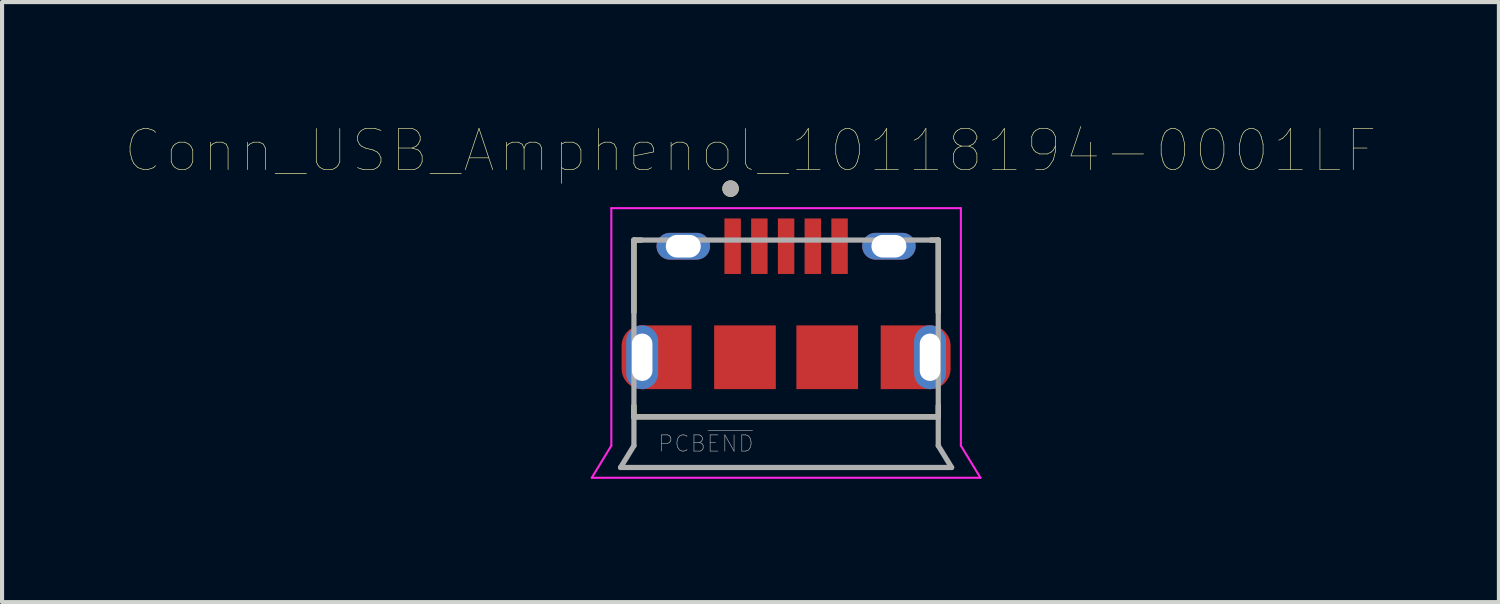
<source format=kicad_pcb>
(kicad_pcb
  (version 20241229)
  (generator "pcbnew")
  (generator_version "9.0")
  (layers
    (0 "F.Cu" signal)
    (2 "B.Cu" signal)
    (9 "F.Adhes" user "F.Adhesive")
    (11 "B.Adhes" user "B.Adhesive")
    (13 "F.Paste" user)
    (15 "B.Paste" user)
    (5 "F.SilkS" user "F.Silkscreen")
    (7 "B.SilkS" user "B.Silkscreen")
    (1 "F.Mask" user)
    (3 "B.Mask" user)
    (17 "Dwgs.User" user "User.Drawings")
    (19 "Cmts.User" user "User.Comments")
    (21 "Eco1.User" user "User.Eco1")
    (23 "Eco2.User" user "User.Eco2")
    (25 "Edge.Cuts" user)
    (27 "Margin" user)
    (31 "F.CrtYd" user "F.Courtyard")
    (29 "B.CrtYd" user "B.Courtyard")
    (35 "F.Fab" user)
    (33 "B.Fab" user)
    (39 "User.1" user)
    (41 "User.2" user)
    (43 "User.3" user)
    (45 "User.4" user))
  (footprint "Conn_USB_Amphenol_10118194-0001LF"
    (layer "F.Cu")
    (at 16.065 5.637)
    (property "Reference" "Conn_USB_Amphenol_10118194-0001LF" (at -0.866 -5.025 0) (layer "F.SilkS") (effects (font (size 1.001 1.001) (thickness 0.015))))
    (attr through_hole)
    (fp_poly (pts (xy -2.3 -0.78) (xy -2.3 0.775) (xy -3.498 0.775) (xy -3.498 0.575) (xy -3.486 0.575) (xy -3.473 0.574) (xy -3.46 0.572) (xy -3.447 0.57) (xy -3.434 0.567) (xy -3.422 0.563) (xy -3.41 0.558) (xy -3.398 0.553) (xy -3.386 0.548) (xy -3.374 0.542) (xy -3.363 0.535) (xy -3.353 0.527) (xy -3.342 0.52) (xy -3.332 0.511) (xy -3.323 0.502) (xy -3.314 0.493) (xy -3.305 0.483) (xy -3.298 0.472) (xy -3.29 0.462) (xy -3.283 0.451) (xy -3.277 0.439) (xy -3.272 0.427) (xy -3.267 0.415) (xy -3.262 0.403) (xy -3.258 0.391) (xy -3.255 0.378) (xy -3.253 0.365) (xy -3.251 0.352) (xy -3.25 0.339) (xy -3.25 0.325) (xy -3.25 0.315) (xy -3.25 -0.315) (xy -3.25 -0.325) (xy -3.25 -0.338) (xy -3.251 -0.351) (xy -3.253 -0.364) (xy -3.255 -0.377) (xy -3.259 -0.39) (xy -3.262 -0.402) (xy -3.267 -0.415) (xy -3.272 -0.427) (xy -3.277 -0.438) (xy -3.283 -0.45) (xy -3.29 -0.461) (xy -3.298 -0.472) (xy -3.306 -0.482) (xy -3.314 -0.492) (xy -3.323 -0.502) (xy -3.333 -0.511) (xy -3.343 -0.519) (xy -3.353 -0.527) (xy -3.364 -0.535) (xy -3.375 -0.542) (xy -3.387 -0.548) (xy -3.398 -0.553) (xy -3.41 -0.558) (xy -3.423 -0.563) (xy -3.435 -0.566) (xy -3.448 -0.57) (xy -3.461 -0.572) (xy -3.474 -0.574) (xy -3.487 -0.575) (xy -3.5 -0.575) (xy -3.513 -0.575) (xy -3.526 -0.574) (xy -3.539 -0.572) (xy -3.552 -0.57) (xy -3.565 -0.566) (xy -3.577 -0.563) (xy -3.59 -0.558) (xy -3.602 -0.553) (xy -3.613 -0.548) (xy -3.625 -0.542) (xy -3.636 -0.535) (xy -3.647 -0.527) (xy -3.657 -0.519) (xy -3.667 -0.511) (xy -3.677 -0.502) (xy -3.686 -0.492) (xy -3.694 -0.482) (xy -3.702 -0.472) (xy -3.71 -0.461) (xy -3.717 -0.45) (xy -3.723 -0.438) (xy -3.728 -0.427) (xy -3.733 -0.415) (xy -3.738 -0.402) (xy -3.741 -0.39) (xy -3.745 -0.377) (xy -3.747 -0.364) (xy -3.749 -0.351) (xy -3.75 -0.338) (xy -3.75 -0.325) (xy -3.75 0.325) (xy -3.75 0.339) (xy -3.749 0.352) (xy -3.747 0.365) (xy -3.745 0.378) (xy -3.742 0.391) (xy -3.738 0.403) (xy -3.733 0.415) (xy -3.728 0.427) (xy -3.723 0.439) (xy -3.717 0.451) (xy -3.71 0.462) (xy -3.702 0.472) (xy -3.695 0.483) (xy -3.686 0.493) (xy -3.677 0.502) (xy -3.668 0.511) (xy -3.658 0.52) (xy -3.647 0.527) (xy -3.637 0.535) (xy -3.626 0.542) (xy -3.614 0.548) (xy -3.602 0.553) (xy -3.59 0.558) (xy -3.578 0.563) (xy -3.566 0.567) (xy -3.553 0.57) (xy -3.54 0.572) (xy -3.527 0.574) (xy -3.514 0.575) (xy -3.502 0.575) (xy -3.502 0.775) (xy -3.527 0.774) (xy -3.553 0.772) (xy -3.579 0.769) (xy -3.605 0.764) (xy -3.63 0.758) (xy -3.655 0.751) (xy -3.68 0.742) (xy -3.704 0.732) (xy -3.728 0.721) (xy -3.751 0.708) (xy -3.773 0.695) (xy -3.794 0.68) (xy -3.815 0.664) (xy -3.835 0.647) (xy -3.854 0.629) (xy -3.872 0.61) (xy -3.889 0.59) (xy -3.905 0.569) (xy -3.92 0.548) (xy -3.933 0.526) (xy -3.946 0.503) (xy -3.957 0.479) (xy -3.967 0.455) (xy -3.976 0.43) (xy -3.983 0.405) (xy -3.989 0.38) (xy -3.994 0.354) (xy -3.997 0.328) (xy -3.999 0.302) (xy -4 0.275) (xy -4 -0.275) (xy -3.999 -0.301) (xy -3.997 -0.327) (xy -3.994 -0.353) (xy -3.989 -0.379) (xy -3.983 -0.404) (xy -3.976 -0.43) (xy -3.967 -0.454) (xy -3.957 -0.478) (xy -3.946 -0.502) (xy -3.933 -0.525) (xy -3.919 -0.547) (xy -3.905 -0.569) (xy -3.889 -0.59) (xy -3.872 -0.61) (xy -3.854 -0.629) (xy -3.835 -0.647) (xy -3.815 -0.664) (xy -3.794 -0.68) (xy -3.772 -0.694) (xy -3.75 -0.708) (xy -3.727 -0.721) (xy -3.703 -0.732) (xy -3.679 -0.742) (xy -3.655 -0.751) (xy -3.629 -0.758) (xy -3.604 -0.764) (xy -3.578 -0.769) (xy -3.552 -0.772) (xy -3.526 -0.774) (xy -3.5 -0.775) (xy -2.305 -0.775) (xy -2.305 -0.78) (xy -2.3 -0.78)) (stroke (width 0.001) (type solid)) (fill yes) (layer "F.Cu"))
    (fp_poly (pts (xy 2.3 0.78) (xy 2.3 -0.775) (xy 3.498 -0.775) (xy 3.498 -0.575) (xy 3.486 -0.575) (xy 3.473 -0.574) (xy 3.46 -0.572) (xy 3.447 -0.57) (xy 3.434 -0.567) (xy 3.422 -0.563) (xy 3.41 -0.558) (xy 3.398 -0.553) (xy 3.386 -0.548) (xy 3.374 -0.542) (xy 3.363 -0.535) (xy 3.353 -0.527) (xy 3.342 -0.52) (xy 3.332 -0.511) (xy 3.323 -0.502) (xy 3.314 -0.493) (xy 3.305 -0.483) (xy 3.298 -0.472) (xy 3.29 -0.462) (xy 3.283 -0.451) (xy 3.277 -0.439) (xy 3.272 -0.427) (xy 3.267 -0.415) (xy 3.262 -0.403) (xy 3.258 -0.391) (xy 3.255 -0.378) (xy 3.253 -0.365) (xy 3.251 -0.352) (xy 3.25 -0.339) (xy 3.25 -0.325) (xy 3.25 -0.315) (xy 3.25 0.315) (xy 3.25 0.325) (xy 3.25 0.338) (xy 3.251 0.351) (xy 3.253 0.364) (xy 3.255 0.377) (xy 3.259 0.39) (xy 3.262 0.402) (xy 3.267 0.415) (xy 3.272 0.427) (xy 3.277 0.438) (xy 3.283 0.45) (xy 3.29 0.461) (xy 3.298 0.472) (xy 3.306 0.482) (xy 3.314 0.492) (xy 3.323 0.502) (xy 3.333 0.511) (xy 3.343 0.519) (xy 3.353 0.527) (xy 3.364 0.535) (xy 3.375 0.542) (xy 3.387 0.548) (xy 3.398 0.553) (xy 3.41 0.558) (xy 3.423 0.563) (xy 3.435 0.566) (xy 3.448 0.57) (xy 3.461 0.572) (xy 3.474 0.574) (xy 3.487 0.575) (xy 3.5 0.575) (xy 3.513 0.575) (xy 3.526 0.574) (xy 3.539 0.572) (xy 3.552 0.57) (xy 3.565 0.566) (xy 3.577 0.563) (xy 3.59 0.558) (xy 3.602 0.553) (xy 3.613 0.548) (xy 3.625 0.542) (xy 3.636 0.535) (xy 3.647 0.527) (xy 3.657 0.519) (xy 3.667 0.511) (xy 3.677 0.502) (xy 3.686 0.492) (xy 3.694 0.482) (xy 3.702 0.472) (xy 3.71 0.461) (xy 3.717 0.45) (xy 3.723 0.438) (xy 3.728 0.427) (xy 3.733 0.415) (xy 3.738 0.402) (xy 3.741 0.39) (xy 3.745 0.377) (xy 3.747 0.364) (xy 3.749 0.351) (xy 3.75 0.338) (xy 3.75 0.325) (xy 3.75 -0.325) (xy 3.75 -0.339) (xy 3.749 -0.352) (xy 3.747 -0.365) (xy 3.745 -0.378) (xy 3.742 -0.391) (xy 3.738 -0.403) (xy 3.733 -0.415) (xy 3.728 -0.427) (xy 3.723 -0.439) (xy 3.717 -0.451) (xy 3.71 -0.462) (xy 3.702 -0.472) (xy 3.695 -0.483) (xy 3.686 -0.493) (xy 3.677 -0.502) (xy 3.668 -0.511) (xy 3.658 -0.52) (xy 3.647 -0.527) (xy 3.637 -0.535) (xy 3.626 -0.542) (xy 3.614 -0.548) (xy 3.602 -0.553) (xy 3.59 -0.558) (xy 3.578 -0.563) (xy 3.566 -0.567) (xy 3.553 -0.57) (xy 3.54 -0.572) (xy 3.527 -0.574) (xy 3.514 -0.575) (xy 3.502 -0.575) (xy 3.502 -0.775) (xy 3.527 -0.774) (xy 3.553 -0.772) (xy 3.579 -0.769) (xy 3.605 -0.764) (xy 3.63 -0.758) (xy 3.655 -0.751) (xy 3.68 -0.742) (xy 3.704 -0.732) (xy 3.728 -0.721) (xy 3.751 -0.708) (xy 3.773 -0.695) (xy 3.794 -0.68) (xy 3.815 -0.664) (xy 3.835 -0.647) (xy 3.854 -0.629) (xy 3.872 -0.61) (xy 3.889 -0.59) (xy 3.905 -0.569) (xy 3.92 -0.548) (xy 3.933 -0.526) (xy 3.946 -0.503) (xy 3.957 -0.479) (xy 3.967 -0.455) (xy 3.976 -0.43) (xy 3.983 -0.405) (xy 3.989 -0.38) (xy 3.994 -0.354) (xy 3.997 -0.328) (xy 3.999 -0.302) (xy 4 -0.275) (xy 4 0.275) (xy 3.999 0.301) (xy 3.997 0.327) (xy 3.994 0.353) (xy 3.989 0.379) (xy 3.983 0.404) (xy 3.976 0.43) (xy 3.967 0.454) (xy 3.957 0.478) (xy 3.946 0.502) (xy 3.933 0.525) (xy 3.919 0.547) (xy 3.905 0.569) (xy 3.889 0.59) (xy 3.872 0.61) (xy 3.854 0.629) (xy 3.835 0.647) (xy 3.815 0.664) (xy 3.794 0.68) (xy 3.772 0.694) (xy 3.75 0.708) (xy 3.727 0.721) (xy 3.703 0.732) (xy 3.679 0.742) (xy 3.655 0.751) (xy 3.629 0.758) (xy 3.604 0.764) (xy 3.578 0.769) (xy 3.552 0.772) (xy 3.526 0.774) (xy 3.5 0.775) (xy 2.305 0.775) (xy 2.305 0.78) (xy 2.3 0.78)) (stroke (width 0.001) (type solid)) (fill yes) (layer "F.Cu"))
    (fp_poly (pts (xy -3.6 -0.875) (xy -2.2 -0.875) (xy -2.2 0.875) (xy -3.6 0.875) (xy -3.626 0.874) (xy -3.652 0.872) (xy -3.678 0.869) (xy -3.704 0.864) (xy -3.729 0.858) (xy -3.755 0.851) (xy -3.779 0.842) (xy -3.803 0.832) (xy -3.827 0.821) (xy -3.85 0.808) (xy -3.872 0.794) (xy -3.894 0.78) (xy -3.915 0.764) (xy -3.935 0.747) (xy -3.954 0.729) (xy -3.972 0.71) (xy -3.989 0.69) (xy -4.005 0.669) (xy -4.019 0.647) (xy -4.033 0.625) (xy -4.046 0.602) (xy -4.057 0.578) (xy -4.067 0.554) (xy -4.076 0.53) (xy -4.083 0.504) (xy -4.089 0.479) (xy -4.094 0.453) (xy -4.097 0.427) (xy -4.099 0.401) (xy -4.1 0.375) (xy -4.1 -0.375) (xy -4.099 -0.401) (xy -4.097 -0.427) (xy -4.094 -0.453) (xy -4.089 -0.479) (xy -4.083 -0.504) (xy -4.076 -0.53) (xy -4.067 -0.554) (xy -4.057 -0.578) (xy -4.046 -0.602) (xy -4.033 -0.625) (xy -4.019 -0.647) (xy -4.005 -0.669) (xy -3.989 -0.69) (xy -3.972 -0.71) (xy -3.954 -0.729) (xy -3.935 -0.747) (xy -3.915 -0.764) (xy -3.894 -0.78) (xy -3.872 -0.794) (xy -3.85 -0.808) (xy -3.827 -0.821) (xy -3.803 -0.832) (xy -3.779 -0.842) (xy -3.755 -0.851) (xy -3.729 -0.858) (xy -3.704 -0.864) (xy -3.678 -0.869) (xy -3.652 -0.872) (xy -3.626 -0.874) (xy -3.6 -0.875)) (stroke (width 0.0001) (type solid)) (fill yes) (layer "F.Mask"))
    (fp_poly (pts (xy 3.6 0.875) (xy 2.2 0.875) (xy 2.2 -0.875) (xy 3.6 -0.875) (xy 3.626 -0.874) (xy 3.652 -0.872) (xy 3.678 -0.869) (xy 3.704 -0.864) (xy 3.729 -0.858) (xy 3.755 -0.851) (xy 3.779 -0.842) (xy 3.803 -0.832) (xy 3.827 -0.821) (xy 3.85 -0.808) (xy 3.872 -0.794) (xy 3.894 -0.78) (xy 3.915 -0.764) (xy 3.935 -0.747) (xy 3.954 -0.729) (xy 3.972 -0.71) (xy 3.989 -0.69) (xy 4.005 -0.669) (xy 4.019 -0.647) (xy 4.033 -0.625) (xy 4.046 -0.602) (xy 4.057 -0.578) (xy 4.067 -0.554) (xy 4.076 -0.53) (xy 4.083 -0.504) (xy 4.089 -0.479) (xy 4.094 -0.453) (xy 4.097 -0.427) (xy 4.099 -0.401) (xy 4.1 -0.375) (xy 4.1 0.375) (xy 4.099 0.401) (xy 4.097 0.427) (xy 4.094 0.453) (xy 4.089 0.479) (xy 4.083 0.504) (xy 4.076 0.53) (xy 4.067 0.554) (xy 4.057 0.578) (xy 4.046 0.602) (xy 4.033 0.625) (xy 4.019 0.647) (xy 4.005 0.669) (xy 3.989 0.69) (xy 3.972 0.71) (xy 3.954 0.729) (xy 3.935 0.747) (xy 3.915 0.764) (xy 3.894 0.78) (xy 3.872 0.794) (xy 3.85 0.808) (xy 3.827 0.821) (xy 3.803 0.832) (xy 3.779 0.842) (xy 3.755 0.851) (xy 3.729 0.858) (xy 3.704 0.864) (xy 3.678 0.869) (xy 3.652 0.872) (xy 3.626 0.874) (xy 3.6 0.875)) (stroke (width 0.0001) (type solid)) (fill yes) (layer "F.Mask"))
    (fp_line (start -3.7 -2.85) (end -3.7 -1.095) (stroke (width 0.127) (type solid)) (layer "F.SilkS"))
    (fp_line (start -3.7 -2.85) (end -3.52 -2.85) (stroke (width 0.127) (type solid)) (layer "F.SilkS"))
    (fp_line (start -3.7 1.45) (end -3.7 1.18) (stroke (width 0.127) (type solid)) (layer "F.SilkS"))
    (fp_line (start -3.7 1.45) (end 3.7 1.45) (stroke (width 0.127) (type solid)) (layer "F.SilkS"))
    (fp_line (start 3.7 -2.85) (end 3.52 -2.85) (stroke (width 0.127) (type solid)) (layer "F.SilkS"))
    (fp_line (start 3.7 -2.85) (end 3.7 -1.095) (stroke (width 0.127) (type solid)) (layer "F.SilkS"))
    (fp_line (start 3.7 1.18) (end 3.7 1.45) (stroke (width 0.127) (type solid)) (layer "F.SilkS"))
    (fp_circle (center -1.35 -4.1) (end -1.25 -4.1) (stroke (width 0.2) (type solid)) (fill no) (layer "F.SilkS"))
    (fp_line (start -3.5 -0.77) (end -3.5 -0.6) (stroke (width 0.0001) (type solid)) (layer "F.Paste"))
    (fp_line (start 3.5 0.77) (end 3.5 0.6) (stroke (width 0.0001) (type solid)) (layer "F.Paste"))
    (fp_poly (pts (xy -3.5 -0.775) (xy -3.5 -0.575) (xy -3.487 -0.575) (xy -3.474 -0.574) (xy -3.461 -0.572) (xy -3.448 -0.57) (xy -3.435 -0.566) (xy -3.423 -0.563) (xy -3.41 -0.558) (xy -3.398 -0.553) (xy -3.387 -0.548) (xy -3.375 -0.542) (xy -3.364 -0.535) (xy -3.353 -0.527) (xy -3.343 -0.519) (xy -3.333 -0.511) (xy -3.323 -0.502) (xy -3.314 -0.492) (xy -3.306 -0.482) (xy -3.298 -0.472) (xy -3.29 -0.461) (xy -3.283 -0.45) (xy -3.277 -0.438) (xy -3.272 -0.427) (xy -3.267 -0.415) (xy -3.262 -0.402) (xy -3.259 -0.39) (xy -3.255 -0.377) (xy -3.253 -0.364) (xy -3.251 -0.351) (xy -3.25 -0.338) (xy -3.25 -0.325) (xy -3.25 0.325) (xy -3.25 0.338) (xy -3.251 0.351) (xy -3.253 0.364) (xy -3.255 0.377) (xy -3.259 0.39) (xy -3.262 0.402) (xy -3.267 0.415) (xy -3.272 0.427) (xy -3.277 0.438) (xy -3.283 0.45) (xy -3.29 0.461) (xy -3.298 0.472) (xy -3.306 0.482) (xy -3.314 0.492) (xy -3.323 0.502) (xy -3.333 0.511) (xy -3.343 0.519) (xy -3.353 0.527) (xy -3.364 0.535) (xy -3.375 0.542) (xy -3.387 0.548) (xy -3.398 0.553) (xy -3.41 0.558) (xy -3.423 0.563) (xy -3.435 0.566) (xy -3.448 0.57) (xy -3.461 0.572) (xy -3.474 0.574) (xy -3.487 0.575) (xy -3.5 0.575) (xy -3.5 0.775) (xy -2.3 0.775) (xy -2.3 -0.775) (xy -3.5 -0.775)) (stroke (width 0.0001) (type solid)) (fill yes) (layer "F.Paste"))
    (fp_poly (pts (xy 3.5 0.775) (xy 3.5 0.575) (xy 3.487 0.575) (xy 3.474 0.574) (xy 3.461 0.572) (xy 3.448 0.57) (xy 3.435 0.566) (xy 3.423 0.563) (xy 3.41 0.558) (xy 3.398 0.553) (xy 3.387 0.548) (xy 3.375 0.542) (xy 3.364 0.535) (xy 3.353 0.527) (xy 3.343 0.519) (xy 3.333 0.511) (xy 3.323 0.502) (xy 3.314 0.492) (xy 3.306 0.482) (xy 3.298 0.472) (xy 3.29 0.461) (xy 3.283 0.45) (xy 3.277 0.438) (xy 3.272 0.427) (xy 3.267 0.415) (xy 3.262 0.402) (xy 3.259 0.39) (xy 3.255 0.377) (xy 3.253 0.364) (xy 3.251 0.351) (xy 3.25 0.338) (xy 3.25 0.325) (xy 3.25 -0.325) (xy 3.25 -0.338) (xy 3.251 -0.351) (xy 3.253 -0.364) (xy 3.255 -0.377) (xy 3.259 -0.39) (xy 3.262 -0.402) (xy 3.267 -0.415) (xy 3.272 -0.427) (xy 3.277 -0.438) (xy 3.283 -0.45) (xy 3.29 -0.461) (xy 3.298 -0.472) (xy 3.306 -0.482) (xy 3.314 -0.492) (xy 3.323 -0.502) (xy 3.333 -0.511) (xy 3.343 -0.519) (xy 3.353 -0.527) (xy 3.364 -0.535) (xy 3.375 -0.542) (xy 3.387 -0.548) (xy 3.398 -0.553) (xy 3.41 -0.558) (xy 3.423 -0.563) (xy 3.435 -0.566) (xy 3.448 -0.57) (xy 3.461 -0.572) (xy 3.474 -0.574) (xy 3.487 -0.575) (xy 3.5 -0.575) (xy 3.5 -0.775) (xy 2.3 -0.775) (xy 2.3 0.775) (xy 3.5 0.775)) (stroke (width 0.0001) (type solid)) (fill yes) (layer "F.Paste"))
    (fp_poly (pts (xy -3.5 -0.775) (xy -3.5 -0.575) (xy -3.513 -0.575) (xy -3.526 -0.574) (xy -3.539 -0.572) (xy -3.552 -0.57) (xy -3.565 -0.566) (xy -3.577 -0.563) (xy -3.59 -0.558) (xy -3.602 -0.553) (xy -3.613 -0.548) (xy -3.625 -0.542) (xy -3.636 -0.535) (xy -3.647 -0.527) (xy -3.657 -0.519) (xy -3.667 -0.511) (xy -3.677 -0.502) (xy -3.686 -0.492) (xy -3.694 -0.482) (xy -3.702 -0.472) (xy -3.71 -0.461) (xy -3.717 -0.45) (xy -3.723 -0.438) (xy -3.728 -0.427) (xy -3.733 -0.415) (xy -3.738 -0.402) (xy -3.741 -0.39) (xy -3.745 -0.377) (xy -3.747 -0.364) (xy -3.749 -0.351) (xy -3.75 -0.338) (xy -3.75 -0.325) (xy -3.75 0.325) (xy -3.75 0.338) (xy -3.749 0.351) (xy -3.747 0.364) (xy -3.745 0.377) (xy -3.741 0.39) (xy -3.738 0.402) (xy -3.733 0.415) (xy -3.728 0.427) (xy -3.723 0.438) (xy -3.717 0.45) (xy -3.71 0.461) (xy -3.702 0.472) (xy -3.694 0.482) (xy -3.686 0.492) (xy -3.677 0.502) (xy -3.667 0.511) (xy -3.657 0.519) (xy -3.647 0.527) (xy -3.636 0.535) (xy -3.625 0.542) (xy -3.613 0.548) (xy -3.602 0.553) (xy -3.59 0.558) (xy -3.577 0.563) (xy -3.565 0.566) (xy -3.552 0.57) (xy -3.539 0.572) (xy -3.526 0.574) (xy -3.513 0.575) (xy -3.5 0.575) (xy -3.5 0.775) (xy -3.526 0.774) (xy -3.552 0.772) (xy -3.578 0.769) (xy -3.604 0.764) (xy -3.629 0.758) (xy -3.655 0.751) (xy -3.679 0.742) (xy -3.703 0.732) (xy -3.727 0.721) (xy -3.75 0.708) (xy -3.772 0.694) (xy -3.794 0.68) (xy -3.815 0.664) (xy -3.835 0.647) (xy -3.854 0.629) (xy -3.872 0.61) (xy -3.889 0.59) (xy -3.905 0.569) (xy -3.919 0.547) (xy -3.933 0.525) (xy -3.946 0.502) (xy -3.957 0.478) (xy -3.967 0.454) (xy -3.976 0.43) (xy -3.983 0.404) (xy -3.989 0.379) (xy -3.994 0.353) (xy -3.997 0.327) (xy -3.999 0.301) (xy -4 0.275) (xy -4 -0.275) (xy -3.999 -0.301) (xy -3.997 -0.327) (xy -3.994 -0.353) (xy -3.989 -0.379) (xy -3.983 -0.404) (xy -3.976 -0.43) (xy -3.967 -0.454) (xy -3.957 -0.478) (xy -3.946 -0.502) (xy -3.933 -0.525) (xy -3.919 -0.547) (xy -3.905 -0.569) (xy -3.889 -0.59) (xy -3.872 -0.61) (xy -3.854 -0.629) (xy -3.835 -0.647) (xy -3.815 -0.664) (xy -3.794 -0.68) (xy -3.772 -0.694) (xy -3.75 -0.708) (xy -3.727 -0.721) (xy -3.703 -0.732) (xy -3.679 -0.742) (xy -3.655 -0.751) (xy -3.629 -0.758) (xy -3.604 -0.764) (xy -3.578 -0.769) (xy -3.552 -0.772) (xy -3.526 -0.774) (xy -3.5 -0.775)) (stroke (width 0.0001) (type solid)) (fill yes) (layer "F.Paste"))
    (fp_poly (pts (xy 3.5 0.775) (xy 3.5 0.575) (xy 3.513 0.575) (xy 3.526 0.574) (xy 3.539 0.572) (xy 3.552 0.57) (xy 3.565 0.566) (xy 3.577 0.563) (xy 3.59 0.558) (xy 3.602 0.553) (xy 3.613 0.548) (xy 3.625 0.542) (xy 3.636 0.535) (xy 3.647 0.527) (xy 3.657 0.519) (xy 3.667 0.511) (xy 3.677 0.502) (xy 3.686 0.492) (xy 3.694 0.482) (xy 3.702 0.472) (xy 3.71 0.461) (xy 3.717 0.45) (xy 3.723 0.438) (xy 3.728 0.427) (xy 3.733 0.415) (xy 3.738 0.402) (xy 3.741 0.39) (xy 3.745 0.377) (xy 3.747 0.364) (xy 3.749 0.351) (xy 3.75 0.338) (xy 3.75 0.325) (xy 3.75 -0.325) (xy 3.75 -0.338) (xy 3.749 -0.351) (xy 3.747 -0.364) (xy 3.745 -0.377) (xy 3.741 -0.39) (xy 3.738 -0.402) (xy 3.733 -0.415) (xy 3.728 -0.427) (xy 3.723 -0.438) (xy 3.717 -0.45) (xy 3.71 -0.461) (xy 3.702 -0.472) (xy 3.694 -0.482) (xy 3.686 -0.492) (xy 3.677 -0.502) (xy 3.667 -0.511) (xy 3.657 -0.519) (xy 3.647 -0.527) (xy 3.636 -0.535) (xy 3.625 -0.542) (xy 3.613 -0.548) (xy 3.602 -0.553) (xy 3.59 -0.558) (xy 3.577 -0.563) (xy 3.565 -0.566) (xy 3.552 -0.57) (xy 3.539 -0.572) (xy 3.526 -0.574) (xy 3.513 -0.575) (xy 3.5 -0.575) (xy 3.5 -0.775) (xy 3.526 -0.774) (xy 3.552 -0.772) (xy 3.578 -0.769) (xy 3.604 -0.764) (xy 3.629 -0.758) (xy 3.655 -0.751) (xy 3.679 -0.742) (xy 3.703 -0.732) (xy 3.727 -0.721) (xy 3.75 -0.708) (xy 3.772 -0.694) (xy 3.794 -0.68) (xy 3.815 -0.664) (xy 3.835 -0.647) (xy 3.854 -0.629) (xy 3.872 -0.61) (xy 3.889 -0.59) (xy 3.905 -0.569) (xy 3.919 -0.547) (xy 3.933 -0.525) (xy 3.946 -0.502) (xy 3.957 -0.478) (xy 3.967 -0.454) (xy 3.976 -0.43) (xy 3.983 -0.404) (xy 3.989 -0.379) (xy 3.994 -0.353) (xy 3.997 -0.327) (xy 3.999 -0.301) (xy 4 -0.275) (xy 4 0.275) (xy 3.999 0.301) (xy 3.997 0.327) (xy 3.994 0.353) (xy 3.989 0.379) (xy 3.983 0.404) (xy 3.976 0.43) (xy 3.967 0.454) (xy 3.957 0.478) (xy 3.946 0.502) (xy 3.933 0.525) (xy 3.919 0.547) (xy 3.905 0.569) (xy 3.889 0.59) (xy 3.872 0.61) (xy 3.854 0.629) (xy 3.835 0.647) (xy 3.815 0.664) (xy 3.794 0.68) (xy 3.772 0.694) (xy 3.75 0.708) (xy 3.727 0.721) (xy 3.703 0.732) (xy 3.679 0.742) (xy 3.655 0.751) (xy 3.629 0.758) (xy 3.604 0.764) (xy 3.578 0.769) (xy 3.552 0.772) (xy 3.526 0.774) (xy 3.5 0.775)) (stroke (width 0.0001) (type solid)) (fill yes) (layer "F.Paste"))
    (fp_line (start -4.725 2.93) (end -4.25 2.15) (stroke (width 0.05) (type solid)) (layer "F.CrtYd"))
    (fp_line (start -4.25 -3.625) (end 4.25 -3.625) (stroke (width 0.05) (type solid)) (layer "F.CrtYd"))
    (fp_line (start -4.25 2.15) (end -4.25 -3.625) (stroke (width 0.05) (type solid)) (layer "F.CrtYd"))
    (fp_line (start 4.25 2.15) (end 4.25 -3.625) (stroke (width 0.05) (type solid)) (layer "F.CrtYd"))
    (fp_line (start 4.725 2.93) (end -4.725 2.93) (stroke (width 0.05) (type solid)) (layer "F.CrtYd"))
    (fp_line (start 4.725 2.93) (end 4.25 2.15) (stroke (width 0.05) (type solid)) (layer "F.CrtYd"))
    (fp_line (start -4.025 2.68) (end 4.025 2.68) (stroke (width 0.127) (type solid)) (layer "F.Fab"))
    (fp_line (start -3.7 -2.85) (end -3.7 1.45) (stroke (width 0.127) (type solid)) (layer "F.Fab"))
    (fp_line (start -3.7 -2.85) (end 3.7 -2.85) (stroke (width 0.127) (type solid)) (layer "F.Fab"))
    (fp_line (start -3.7 1.45) (end -3.7 2.15) (stroke (width 0.127) (type solid)) (layer "F.Fab"))
    (fp_line (start -3.7 1.45) (end 3.7 1.45) (stroke (width 0.127) (type solid)) (layer "F.Fab"))
    (fp_line (start -3.7 2.15) (end -4.025 2.68) (stroke (width 0.127) (type solid)) (layer "F.Fab"))
    (fp_line (start 3.7 1.45) (end 3.7 -2.85) (stroke (width 0.127) (type solid)) (layer "F.Fab"))
    (fp_line (start 3.7 2.15) (end 3.7 1.45) (stroke (width 0.127) (type solid)) (layer "F.Fab"))
    (fp_line (start 4.025 2.68) (end 3.7 2.15) (stroke (width 0.127) (type solid)) (layer "F.Fab"))
    (fp_circle (center -1.35 -4.1) (end -1.25 -4.1) (stroke (width 0.2) (type solid)) (fill no) (layer "F.Fab"))
    (fp_text user "PCB~{END}" (at -1.95 2.1 0) (layer "F.Fab") (effects (font (size 0.394 0.394) (thickness 0.015))))
    (pad "1" smd rect (at -1.3 -2.7) (size 0.4 1.35) (layers "F.Cu" "F.Mask" "F.Paste"))
    (pad "2" smd rect (at -0.65 -2.7) (size 0.4 1.35) (layers "F.Cu" "F.Mask" "F.Paste"))
    (pad "3" smd rect (at 0 -2.7) (size 0.4 1.35) (layers "F.Cu" "F.Mask" "F.Paste"))
    (pad "4" smd rect (at 0.65 -2.7) (size 0.4 1.35) (layers "F.Cu" "F.Mask" "F.Paste"))
    (pad "5" smd rect (at 1.3 -2.7) (size 0.4 1.35) (layers "F.Cu" "F.Mask" "F.Paste"))
    (pad "SH" thru_hole oval (at -3.5 0) (size 0.775 1.55) (drill oval 0.5 1.15) (layers "*.Cu" "*.Mask"))
    (pad "SH" thru_hole oval (at -2.5 -2.7) (size 1.3 0.65) (drill oval 0.85 0.55) (layers "*.Cu" "*.Mask"))
    (pad "SH" smd rect (at -1 0) (size 1.5 1.55) (layers "F.Cu" "F.Mask" "F.Paste"))
    (pad "SH" smd rect (at 1 0) (size 1.5 1.55) (layers "F.Cu" "F.Mask" "F.Paste"))
    (pad "SH" thru_hole oval (at 2.5 -2.7) (size 1.3 0.65) (drill oval 0.85 0.55) (layers "*.Cu" "*.Mask"))
    (pad "SH" thru_hole oval (at 3.5 0) (size 0.775 1.55) (drill oval 0.5 1.15) (layers "*.Cu" "*.Mask")))
  (gr_rect
    (start -3 -3)
    (end 33.398 11.592)
    (stroke (width 0.1) (type default))
    (fill no)
    (layer "Edge.Cuts")))
</source>
